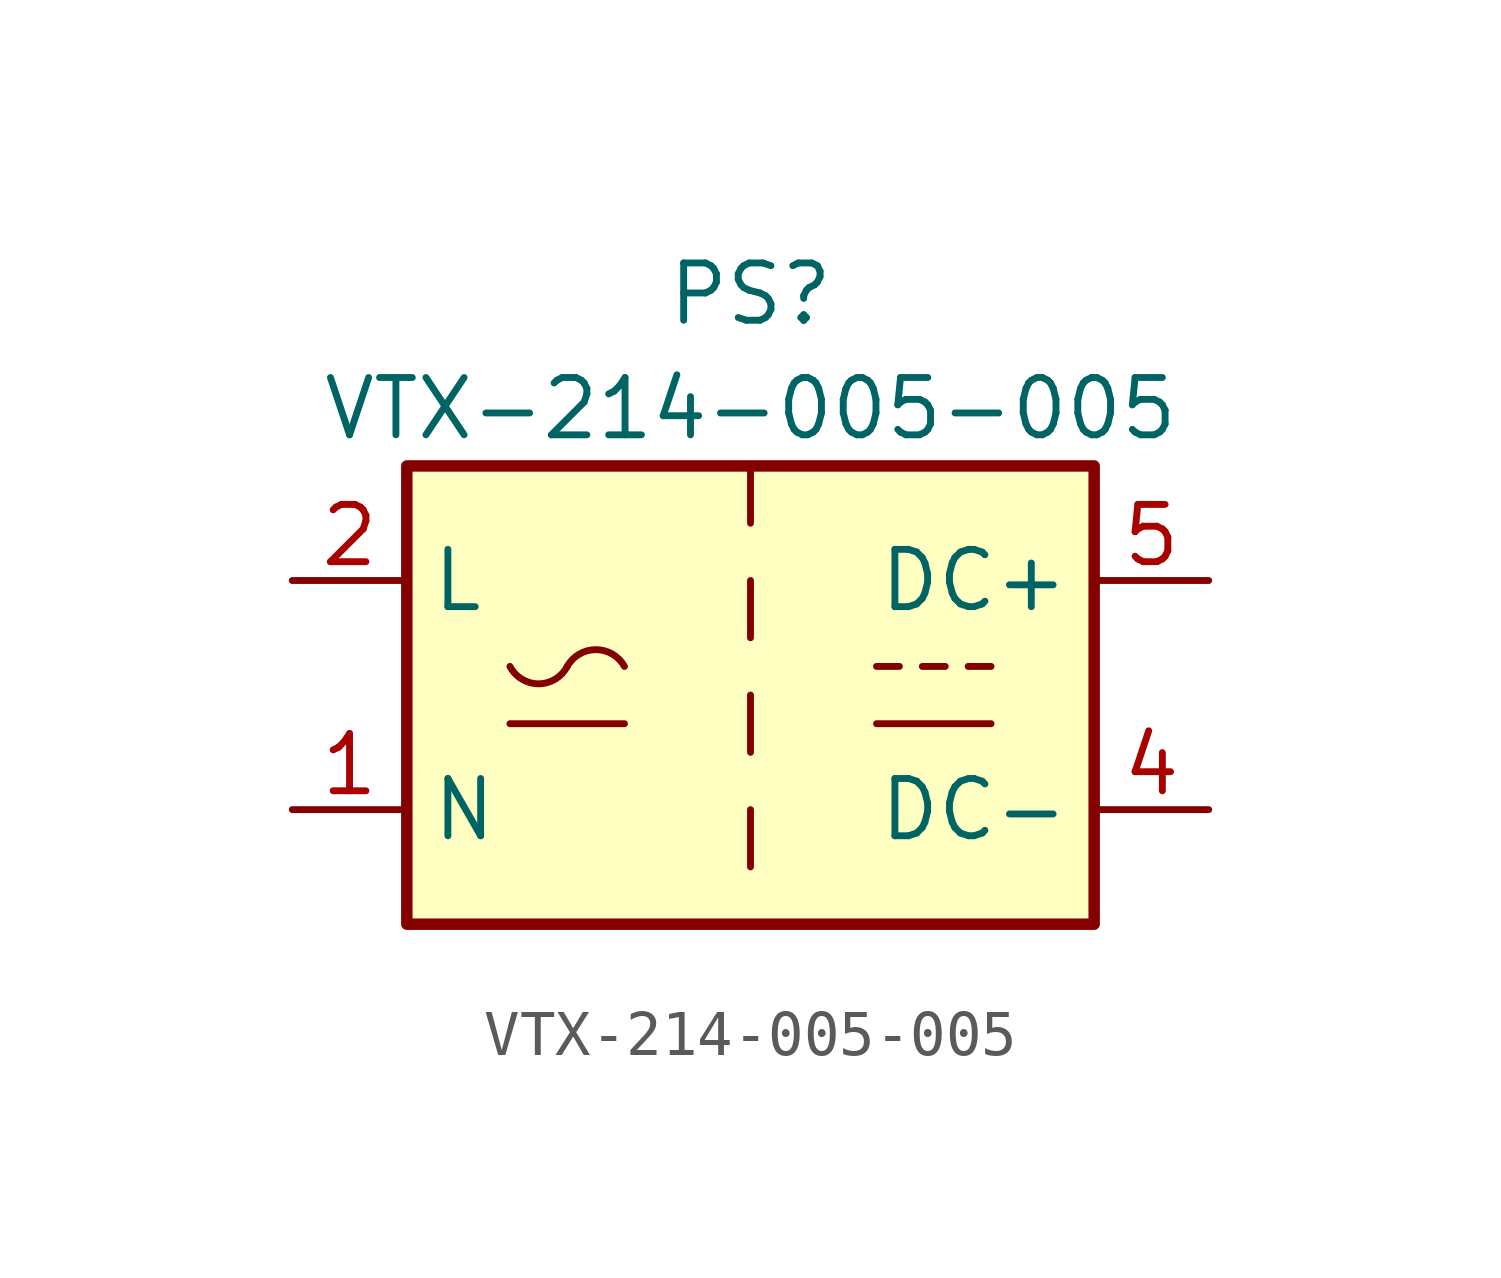
<source format=kicad_sym>
(kicad_symbol_lib
  (version 20211014)
  (generator kicad_symbol_editor)
  (symbol "VTX-214-005-005"
    (property "Reference" "PS"
      (at 0 8.89 0)
      (effects (font (size 1.27 1.27))))
    (property "Value" "VTX-214-005-005"
      (at 0 6.35 0)
      (effects (font (size 1.27 1.27))))
    (symbol "VTX-214-005-005_0_1"
      (rectangle (start -7.62 5.08) (end 7.62 -5.08) (stroke (width 0.254) (type default) (color 0 0 0 0)) (fill (type background)))
      (arc (start -5.334 0.635) (mid -4.699 0.2495) (end -4.064 0.635) (stroke (width 0) (type default) (color 0 0 0 0)) (fill (type none)))
      (arc (start -2.794 0.635) (mid -3.429 1.0072) (end -4.064 0.635) (stroke (width 0) (type default) (color 0 0 0 0)) (fill (type none)))
      (polyline (pts (xy -5.334 -0.635) (xy -2.794 -0.635)) (stroke (width 0) (type default) (color 0 0 0 0)) (fill (type none)))
      (polyline (pts (xy 2.794 -0.635) (xy 5.334 -0.635)) (stroke (width 0) (type default) (color 0 0 0 0)) (fill (type none)))
      (polyline (pts (xy 2.794 0.635) (xy 3.302 0.635)) (stroke (width 0) (type default) (color 0 0 0 0)) (fill (type none)))
      (polyline (pts (xy 3.81 0.635) (xy 4.318 0.635)) (stroke (width 0) (type default) (color 0 0 0 0)) (fill (type none)))
      (polyline (pts (xy 4.826 0.635) (xy 5.334 0.635)) (stroke (width 0) (type default) (color 0 0 0 0)) (fill (type none))))
    (symbol "VTX-214-005-005_1_1"
      (polyline (pts (xy 0 -2.54) (xy 0 -3.81)) (stroke (width 0) (type default) (color 0 0 0 0)) (fill (type none)))
      (polyline (pts (xy 0 0) (xy 0 -1.27)) (stroke (width 0) (type default) (color 0 0 0 0)) (fill (type none)))
      (polyline (pts (xy 0 2.54) (xy 0 1.27)) (stroke (width 0) (type default) (color 0 0 0 0)) (fill (type none)))
      (polyline (pts (xy 0 5.08) (xy 0 3.81)) (stroke (width 0) (type default) (color 0 0 0 0)) (fill (type none)))
      (pin power_in line (at -10.16 -2.54 0) (length 2.54) (name "N" (effects (font (size 1.27 1.27)))) (number "1" (effects (font (size 1.27 1.27)))))
      (pin power_in line (at -10.16 2.54 0) (length 2.54) (name "L" (effects (font (size 1.27 1.27)))) (number "2" (effects (font (size 1.27 1.27)))))
      (pin no_connect line (at 10.16 -5.08 180) (length 2.54) hide (name "" (effects (font (size 1.27 1.27)))) (number "3" (effects (font (size 1.27 1.27)))))
      (pin power_out line (at 10.16 -2.54 180) (length 2.54) (name "DC-" (effects (font (size 1.27 1.27)))) (number "4" (effects (font (size 1.27 1.27)))))
      (pin power_out line (at 10.16 2.54 180) (length 2.54) (name "DC+" (effects (font (size 1.27 1.27)))) (number "5" (effects (font (size 1.27 1.27))))))))
</source>
